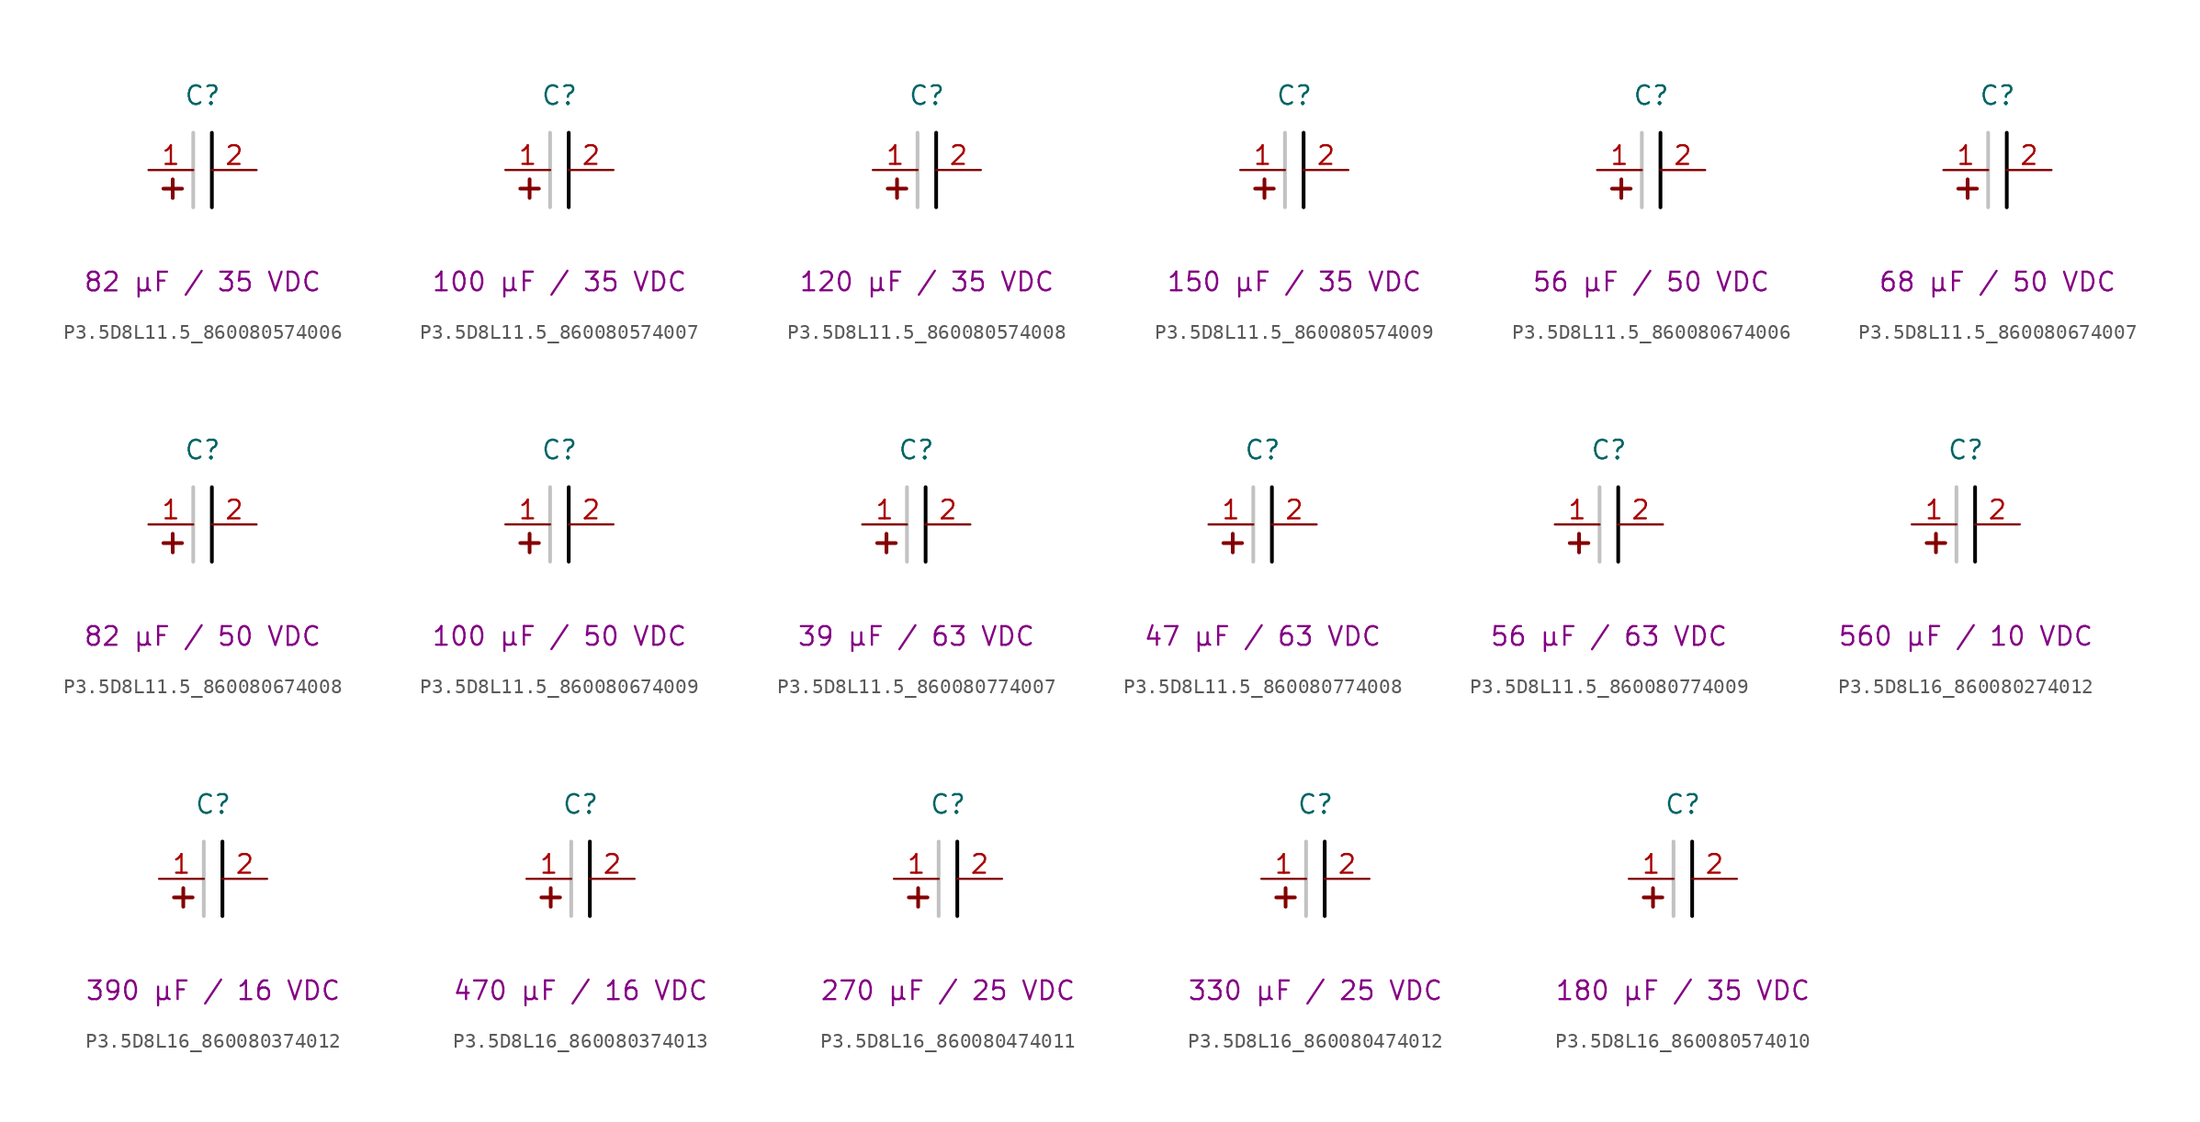
<source format=kicad_sym>
(kicad_symbol_lib
  (version 20220914)
  (generator kicad_symbol_editor)
  (symbol "P3.5D8L11.5_860080574006"
    (pin_names hide)
    (property "Reference" "C"
      (at 0 5.08 0)
      (effects (font (size 1.27 1.27))))
    (property "Critical Parameter" "82 µF / 35 VDC"
      (at 0 -7.62 0)
      (effects (font (size 1.27 1.27))))
    (symbol "P3.5D8L11.5_860080574006_1_1"
      (polyline (pts (xy -2.667 -1.27) (xy -1.397 -1.27)) (stroke (width 0.254) (type default)) (fill (type none)))
      (polyline (pts (xy -2.032 -0.635) (xy -2.032 -1.905)) (stroke (width 0.254) (type default)) (fill (type none)))
      (polyline (pts (xy -0.635 2.54) (xy -0.635 -2.54)) (stroke (width 0.254) (type default) (color 194 194 194 1)) (fill (type none)))
      (polyline (pts (xy 0.635 2.54) (xy 0.635 -2.54)) (stroke (width 0.254) (type default) (color 0 0 0 1)) (fill (type none)))
      (pin passive line (at -3.679 0 0) (length 3.044) (name "1" (effects (font (size 1.27 1.27)))) (number "1" (effects (font (size 1.27 1.27)))))
      (pin passive line (at 3.679 0 180) (length 3.044) (name "2" (effects (font (size 1.27 1.27)))) (number "2" (effects (font (size 1.27 1.27)))))))
  (symbol "P3.5D8L11.5_860080574007"
    (pin_names hide)
    (property "Reference" "C"
      (at 0 5.08 0)
      (effects (font (size 1.27 1.27))))
    (property "Critical Parameter" "100 µF / 35 VDC"
      (at 0 -7.62 0)
      (effects (font (size 1.27 1.27))))
    (symbol "P3.5D8L11.5_860080574007_1_1"
      (polyline (pts (xy -2.667 -1.27) (xy -1.397 -1.27)) (stroke (width 0.254) (type default)) (fill (type none)))
      (polyline (pts (xy -2.032 -0.635) (xy -2.032 -1.905)) (stroke (width 0.254) (type default)) (fill (type none)))
      (polyline (pts (xy -0.635 2.54) (xy -0.635 -2.54)) (stroke (width 0.254) (type default) (color 194 194 194 1)) (fill (type none)))
      (polyline (pts (xy 0.635 2.54) (xy 0.635 -2.54)) (stroke (width 0.254) (type default) (color 0 0 0 1)) (fill (type none)))
      (pin passive line (at -3.679 0 0) (length 3.044) (name "1" (effects (font (size 1.27 1.27)))) (number "1" (effects (font (size 1.27 1.27)))))
      (pin passive line (at 3.679 0 180) (length 3.044) (name "2" (effects (font (size 1.27 1.27)))) (number "2" (effects (font (size 1.27 1.27)))))))
  (symbol "P3.5D8L11.5_860080574008"
    (pin_names hide)
    (property "Reference" "C"
      (at 0 5.08 0)
      (effects (font (size 1.27 1.27))))
    (property "Critical Parameter" "120 µF / 35 VDC"
      (at 0 -7.62 0)
      (effects (font (size 1.27 1.27))))
    (symbol "P3.5D8L11.5_860080574008_1_1"
      (polyline (pts (xy -2.667 -1.27) (xy -1.397 -1.27)) (stroke (width 0.254) (type default)) (fill (type none)))
      (polyline (pts (xy -2.032 -0.635) (xy -2.032 -1.905)) (stroke (width 0.254) (type default)) (fill (type none)))
      (polyline (pts (xy -0.635 2.54) (xy -0.635 -2.54)) (stroke (width 0.254) (type default) (color 194 194 194 1)) (fill (type none)))
      (polyline (pts (xy 0.635 2.54) (xy 0.635 -2.54)) (stroke (width 0.254) (type default) (color 0 0 0 1)) (fill (type none)))
      (pin passive line (at -3.679 0 0) (length 3.044) (name "1" (effects (font (size 1.27 1.27)))) (number "1" (effects (font (size 1.27 1.27)))))
      (pin passive line (at 3.679 0 180) (length 3.044) (name "2" (effects (font (size 1.27 1.27)))) (number "2" (effects (font (size 1.27 1.27)))))))
  (symbol "P3.5D8L11.5_860080574009"
    (pin_names hide)
    (property "Reference" "C"
      (at 0 5.08 0)
      (effects (font (size 1.27 1.27))))
    (property "Critical Parameter" "150 µF / 35 VDC"
      (at 0 -7.62 0)
      (effects (font (size 1.27 1.27))))
    (symbol "P3.5D8L11.5_860080574009_1_1"
      (polyline (pts (xy -2.667 -1.27) (xy -1.397 -1.27)) (stroke (width 0.254) (type default)) (fill (type none)))
      (polyline (pts (xy -2.032 -0.635) (xy -2.032 -1.905)) (stroke (width 0.254) (type default)) (fill (type none)))
      (polyline (pts (xy -0.635 2.54) (xy -0.635 -2.54)) (stroke (width 0.254) (type default) (color 194 194 194 1)) (fill (type none)))
      (polyline (pts (xy 0.635 2.54) (xy 0.635 -2.54)) (stroke (width 0.254) (type default) (color 0 0 0 1)) (fill (type none)))
      (pin passive line (at -3.679 0 0) (length 3.044) (name "1" (effects (font (size 1.27 1.27)))) (number "1" (effects (font (size 1.27 1.27)))))
      (pin passive line (at 3.679 0 180) (length 3.044) (name "2" (effects (font (size 1.27 1.27)))) (number "2" (effects (font (size 1.27 1.27)))))))
  (symbol "P3.5D8L11.5_860080674006"
    (pin_names hide)
    (property "Reference" "C"
      (at 0 5.08 0)
      (effects (font (size 1.27 1.27))))
    (property "Critical Parameter" "56 µF / 50 VDC"
      (at 0 -7.62 0)
      (effects (font (size 1.27 1.27))))
    (symbol "P3.5D8L11.5_860080674006_1_1"
      (polyline (pts (xy -2.667 -1.27) (xy -1.397 -1.27)) (stroke (width 0.254) (type default)) (fill (type none)))
      (polyline (pts (xy -2.032 -0.635) (xy -2.032 -1.905)) (stroke (width 0.254) (type default)) (fill (type none)))
      (polyline (pts (xy -0.635 2.54) (xy -0.635 -2.54)) (stroke (width 0.254) (type default) (color 194 194 194 1)) (fill (type none)))
      (polyline (pts (xy 0.635 2.54) (xy 0.635 -2.54)) (stroke (width 0.254) (type default) (color 0 0 0 1)) (fill (type none)))
      (pin passive line (at -3.679 0 0) (length 3.044) (name "1" (effects (font (size 1.27 1.27)))) (number "1" (effects (font (size 1.27 1.27)))))
      (pin passive line (at 3.679 0 180) (length 3.044) (name "2" (effects (font (size 1.27 1.27)))) (number "2" (effects (font (size 1.27 1.27)))))))
  (symbol "P3.5D8L11.5_860080674007"
    (pin_names hide)
    (property "Reference" "C"
      (at 0 5.08 0)
      (effects (font (size 1.27 1.27))))
    (property "Critical Parameter" "68 µF / 50 VDC"
      (at 0 -7.62 0)
      (effects (font (size 1.27 1.27))))
    (symbol "P3.5D8L11.5_860080674007_1_1"
      (polyline (pts (xy -2.667 -1.27) (xy -1.397 -1.27)) (stroke (width 0.254) (type default)) (fill (type none)))
      (polyline (pts (xy -2.032 -0.635) (xy -2.032 -1.905)) (stroke (width 0.254) (type default)) (fill (type none)))
      (polyline (pts (xy -0.635 2.54) (xy -0.635 -2.54)) (stroke (width 0.254) (type default) (color 194 194 194 1)) (fill (type none)))
      (polyline (pts (xy 0.635 2.54) (xy 0.635 -2.54)) (stroke (width 0.254) (type default) (color 0 0 0 1)) (fill (type none)))
      (pin passive line (at -3.679 0 0) (length 3.044) (name "1" (effects (font (size 1.27 1.27)))) (number "1" (effects (font (size 1.27 1.27)))))
      (pin passive line (at 3.679 0 180) (length 3.044) (name "2" (effects (font (size 1.27 1.27)))) (number "2" (effects (font (size 1.27 1.27)))))))
  (symbol "P3.5D8L11.5_860080674008"
    (pin_names hide)
    (property "Reference" "C"
      (at 0 5.08 0)
      (effects (font (size 1.27 1.27))))
    (property "Critical Parameter" "82 µF / 50 VDC"
      (at 0 -7.62 0)
      (effects (font (size 1.27 1.27))))
    (symbol "P3.5D8L11.5_860080674008_1_1"
      (polyline (pts (xy -2.667 -1.27) (xy -1.397 -1.27)) (stroke (width 0.254) (type default)) (fill (type none)))
      (polyline (pts (xy -2.032 -0.635) (xy -2.032 -1.905)) (stroke (width 0.254) (type default)) (fill (type none)))
      (polyline (pts (xy -0.635 2.54) (xy -0.635 -2.54)) (stroke (width 0.254) (type default) (color 194 194 194 1)) (fill (type none)))
      (polyline (pts (xy 0.635 2.54) (xy 0.635 -2.54)) (stroke (width 0.254) (type default) (color 0 0 0 1)) (fill (type none)))
      (pin passive line (at -3.679 0 0) (length 3.044) (name "1" (effects (font (size 1.27 1.27)))) (number "1" (effects (font (size 1.27 1.27)))))
      (pin passive line (at 3.679 0 180) (length 3.044) (name "2" (effects (font (size 1.27 1.27)))) (number "2" (effects (font (size 1.27 1.27)))))))
  (symbol "P3.5D8L11.5_860080674009"
    (pin_names hide)
    (property "Reference" "C"
      (at 0 5.08 0)
      (effects (font (size 1.27 1.27))))
    (property "Critical Parameter" "100 µF / 50 VDC"
      (at 0 -7.62 0)
      (effects (font (size 1.27 1.27))))
    (symbol "P3.5D8L11.5_860080674009_1_1"
      (polyline (pts (xy -2.667 -1.27) (xy -1.397 -1.27)) (stroke (width 0.254) (type default)) (fill (type none)))
      (polyline (pts (xy -2.032 -0.635) (xy -2.032 -1.905)) (stroke (width 0.254) (type default)) (fill (type none)))
      (polyline (pts (xy -0.635 2.54) (xy -0.635 -2.54)) (stroke (width 0.254) (type default) (color 194 194 194 1)) (fill (type none)))
      (polyline (pts (xy 0.635 2.54) (xy 0.635 -2.54)) (stroke (width 0.254) (type default) (color 0 0 0 1)) (fill (type none)))
      (pin passive line (at -3.679 0 0) (length 3.044) (name "1" (effects (font (size 1.27 1.27)))) (number "1" (effects (font (size 1.27 1.27)))))
      (pin passive line (at 3.679 0 180) (length 3.044) (name "2" (effects (font (size 1.27 1.27)))) (number "2" (effects (font (size 1.27 1.27)))))))
  (symbol "P3.5D8L11.5_860080774007"
    (pin_names hide)
    (property "Reference" "C"
      (at 0 5.08 0)
      (effects (font (size 1.27 1.27))))
    (property "Critical Parameter" "39 µF / 63 VDC"
      (at 0 -7.62 0)
      (effects (font (size 1.27 1.27))))
    (symbol "P3.5D8L11.5_860080774007_1_1"
      (polyline (pts (xy -2.667 -1.27) (xy -1.397 -1.27)) (stroke (width 0.254) (type default)) (fill (type none)))
      (polyline (pts (xy -2.032 -0.635) (xy -2.032 -1.905)) (stroke (width 0.254) (type default)) (fill (type none)))
      (polyline (pts (xy -0.635 2.54) (xy -0.635 -2.54)) (stroke (width 0.254) (type default) (color 194 194 194 1)) (fill (type none)))
      (polyline (pts (xy 0.635 2.54) (xy 0.635 -2.54)) (stroke (width 0.254) (type default) (color 0 0 0 1)) (fill (type none)))
      (pin passive line (at -3.679 0 0) (length 3.044) (name "1" (effects (font (size 1.27 1.27)))) (number "1" (effects (font (size 1.27 1.27)))))
      (pin passive line (at 3.679 0 180) (length 3.044) (name "2" (effects (font (size 1.27 1.27)))) (number "2" (effects (font (size 1.27 1.27)))))))
  (symbol "P3.5D8L11.5_860080774008"
    (pin_names hide)
    (property "Reference" "C"
      (at 0 5.08 0)
      (effects (font (size 1.27 1.27))))
    (property "Critical Parameter" "47 µF / 63 VDC"
      (at 0 -7.62 0)
      (effects (font (size 1.27 1.27))))
    (symbol "P3.5D8L11.5_860080774008_1_1"
      (polyline (pts (xy -2.667 -1.27) (xy -1.397 -1.27)) (stroke (width 0.254) (type default)) (fill (type none)))
      (polyline (pts (xy -2.032 -0.635) (xy -2.032 -1.905)) (stroke (width 0.254) (type default)) (fill (type none)))
      (polyline (pts (xy -0.635 2.54) (xy -0.635 -2.54)) (stroke (width 0.254) (type default) (color 194 194 194 1)) (fill (type none)))
      (polyline (pts (xy 0.635 2.54) (xy 0.635 -2.54)) (stroke (width 0.254) (type default) (color 0 0 0 1)) (fill (type none)))
      (pin passive line (at -3.679 0 0) (length 3.044) (name "1" (effects (font (size 1.27 1.27)))) (number "1" (effects (font (size 1.27 1.27)))))
      (pin passive line (at 3.679 0 180) (length 3.044) (name "2" (effects (font (size 1.27 1.27)))) (number "2" (effects (font (size 1.27 1.27)))))))
  (symbol "P3.5D8L11.5_860080774009"
    (pin_names hide)
    (property "Reference" "C"
      (at 0 5.08 0)
      (effects (font (size 1.27 1.27))))
    (property "Critical Parameter" "56 µF / 63 VDC"
      (at 0 -7.62 0)
      (effects (font (size 1.27 1.27))))
    (symbol "P3.5D8L11.5_860080774009_1_1"
      (polyline (pts (xy -2.667 -1.27) (xy -1.397 -1.27)) (stroke (width 0.254) (type default)) (fill (type none)))
      (polyline (pts (xy -2.032 -0.635) (xy -2.032 -1.905)) (stroke (width 0.254) (type default)) (fill (type none)))
      (polyline (pts (xy -0.635 2.54) (xy -0.635 -2.54)) (stroke (width 0.254) (type default) (color 194 194 194 1)) (fill (type none)))
      (polyline (pts (xy 0.635 2.54) (xy 0.635 -2.54)) (stroke (width 0.254) (type default) (color 0 0 0 1)) (fill (type none)))
      (pin passive line (at -3.679 0 0) (length 3.044) (name "1" (effects (font (size 1.27 1.27)))) (number "1" (effects (font (size 1.27 1.27)))))
      (pin passive line (at 3.679 0 180) (length 3.044) (name "2" (effects (font (size 1.27 1.27)))) (number "2" (effects (font (size 1.27 1.27)))))))
  (symbol "P3.5D8L16_860080274012"
    (pin_names hide)
    (property "Reference" "C"
      (at 0 5.08 0)
      (effects (font (size 1.27 1.27))))
    (property "Critical Parameter" "560 µF / 10 VDC"
      (at 0 -7.62 0)
      (effects (font (size 1.27 1.27))))
    (symbol "P3.5D8L16_860080274012_1_1"
      (polyline (pts (xy -2.667 -1.27) (xy -1.397 -1.27)) (stroke (width 0.254) (type default)) (fill (type none)))
      (polyline (pts (xy -2.032 -0.635) (xy -2.032 -1.905)) (stroke (width 0.254) (type default)) (fill (type none)))
      (polyline (pts (xy -0.635 2.54) (xy -0.635 -2.54)) (stroke (width 0.254) (type default) (color 194 194 194 1)) (fill (type none)))
      (polyline (pts (xy 0.635 2.54) (xy 0.635 -2.54)) (stroke (width 0.254) (type default) (color 0 0 0 1)) (fill (type none)))
      (pin passive line (at -3.679 0 0) (length 3.044) (name "1" (effects (font (size 1.27 1.27)))) (number "1" (effects (font (size 1.27 1.27)))))
      (pin passive line (at 3.679 0 180) (length 3.044) (name "2" (effects (font (size 1.27 1.27)))) (number "2" (effects (font (size 1.27 1.27)))))))
  (symbol "P3.5D8L16_860080374012"
    (pin_names hide)
    (property "Reference" "C"
      (at 0 5.08 0)
      (effects (font (size 1.27 1.27))))
    (property "Critical Parameter" "390 µF / 16 VDC"
      (at 0 -7.62 0)
      (effects (font (size 1.27 1.27))))
    (symbol "P3.5D8L16_860080374012_1_1"
      (polyline (pts (xy -2.667 -1.27) (xy -1.397 -1.27)) (stroke (width 0.254) (type default)) (fill (type none)))
      (polyline (pts (xy -2.032 -0.635) (xy -2.032 -1.905)) (stroke (width 0.254) (type default)) (fill (type none)))
      (polyline (pts (xy -0.635 2.54) (xy -0.635 -2.54)) (stroke (width 0.254) (type default) (color 194 194 194 1)) (fill (type none)))
      (polyline (pts (xy 0.635 2.54) (xy 0.635 -2.54)) (stroke (width 0.254) (type default) (color 0 0 0 1)) (fill (type none)))
      (pin passive line (at -3.679 0 0) (length 3.044) (name "1" (effects (font (size 1.27 1.27)))) (number "1" (effects (font (size 1.27 1.27)))))
      (pin passive line (at 3.679 0 180) (length 3.044) (name "2" (effects (font (size 1.27 1.27)))) (number "2" (effects (font (size 1.27 1.27)))))))
  (symbol "P3.5D8L16_860080374013"
    (pin_names hide)
    (property "Reference" "C"
      (at 0 5.08 0)
      (effects (font (size 1.27 1.27))))
    (property "Critical Parameter" "470 µF / 16 VDC"
      (at 0 -7.62 0)
      (effects (font (size 1.27 1.27))))
    (symbol "P3.5D8L16_860080374013_1_1"
      (polyline (pts (xy -2.667 -1.27) (xy -1.397 -1.27)) (stroke (width 0.254) (type default)) (fill (type none)))
      (polyline (pts (xy -2.032 -0.635) (xy -2.032 -1.905)) (stroke (width 0.254) (type default)) (fill (type none)))
      (polyline (pts (xy -0.635 2.54) (xy -0.635 -2.54)) (stroke (width 0.254) (type default) (color 194 194 194 1)) (fill (type none)))
      (polyline (pts (xy 0.635 2.54) (xy 0.635 -2.54)) (stroke (width 0.254) (type default) (color 0 0 0 1)) (fill (type none)))
      (pin passive line (at -3.679 0 0) (length 3.044) (name "1" (effects (font (size 1.27 1.27)))) (number "1" (effects (font (size 1.27 1.27)))))
      (pin passive line (at 3.679 0 180) (length 3.044) (name "2" (effects (font (size 1.27 1.27)))) (number "2" (effects (font (size 1.27 1.27)))))))
  (symbol "P3.5D8L16_860080474011"
    (pin_names hide)
    (property "Reference" "C"
      (at 0 5.08 0)
      (effects (font (size 1.27 1.27))))
    (property "Critical Parameter" "270 µF / 25 VDC"
      (at 0 -7.62 0)
      (effects (font (size 1.27 1.27))))
    (symbol "P3.5D8L16_860080474011_1_1"
      (polyline (pts (xy -2.667 -1.27) (xy -1.397 -1.27)) (stroke (width 0.254) (type default)) (fill (type none)))
      (polyline (pts (xy -2.032 -0.635) (xy -2.032 -1.905)) (stroke (width 0.254) (type default)) (fill (type none)))
      (polyline (pts (xy -0.635 2.54) (xy -0.635 -2.54)) (stroke (width 0.254) (type default) (color 194 194 194 1)) (fill (type none)))
      (polyline (pts (xy 0.635 2.54) (xy 0.635 -2.54)) (stroke (width 0.254) (type default) (color 0 0 0 1)) (fill (type none)))
      (pin passive line (at -3.679 0 0) (length 3.044) (name "1" (effects (font (size 1.27 1.27)))) (number "1" (effects (font (size 1.27 1.27)))))
      (pin passive line (at 3.679 0 180) (length 3.044) (name "2" (effects (font (size 1.27 1.27)))) (number "2" (effects (font (size 1.27 1.27)))))))
  (symbol "P3.5D8L16_860080474012"
    (pin_names hide)
    (property "Reference" "C"
      (at 0 5.08 0)
      (effects (font (size 1.27 1.27))))
    (property "Critical Parameter" "330 µF / 25 VDC"
      (at 0 -7.62 0)
      (effects (font (size 1.27 1.27))))
    (symbol "P3.5D8L16_860080474012_1_1"
      (polyline (pts (xy -2.667 -1.27) (xy -1.397 -1.27)) (stroke (width 0.254) (type default)) (fill (type none)))
      (polyline (pts (xy -2.032 -0.635) (xy -2.032 -1.905)) (stroke (width 0.254) (type default)) (fill (type none)))
      (polyline (pts (xy -0.635 2.54) (xy -0.635 -2.54)) (stroke (width 0.254) (type default) (color 194 194 194 1)) (fill (type none)))
      (polyline (pts (xy 0.635 2.54) (xy 0.635 -2.54)) (stroke (width 0.254) (type default) (color 0 0 0 1)) (fill (type none)))
      (pin passive line (at -3.679 0 0) (length 3.044) (name "1" (effects (font (size 1.27 1.27)))) (number "1" (effects (font (size 1.27 1.27)))))
      (pin passive line (at 3.679 0 180) (length 3.044) (name "2" (effects (font (size 1.27 1.27)))) (number "2" (effects (font (size 1.27 1.27)))))))
  (symbol "P3.5D8L16_860080574010"
    (pin_names hide)
    (property "Reference" "C"
      (at 0 5.08 0)
      (effects (font (size 1.27 1.27))))
    (property "Critical Parameter" "180 µF / 35 VDC"
      (at 0 -7.62 0)
      (effects (font (size 1.27 1.27))))
    (symbol "P3.5D8L16_860080574010_1_1"
      (polyline (pts (xy -2.667 -1.27) (xy -1.397 -1.27)) (stroke (width 0.254) (type default)) (fill (type none)))
      (polyline (pts (xy -2.032 -0.635) (xy -2.032 -1.905)) (stroke (width 0.254) (type default)) (fill (type none)))
      (polyline (pts (xy -0.635 2.54) (xy -0.635 -2.54)) (stroke (width 0.254) (type default) (color 194 194 194 1)) (fill (type none)))
      (polyline (pts (xy 0.635 2.54) (xy 0.635 -2.54)) (stroke (width 0.254) (type default) (color 0 0 0 1)) (fill (type none)))
      (pin passive line (at -3.679 0 0) (length 3.044) (name "1" (effects (font (size 1.27 1.27)))) (number "1" (effects (font (size 1.27 1.27)))))
      (pin passive line (at 3.679 0 180) (length 3.044) (name "2" (effects (font (size 1.27 1.27)))) (number "2" (effects (font (size 1.27 1.27))))))))
</source>
